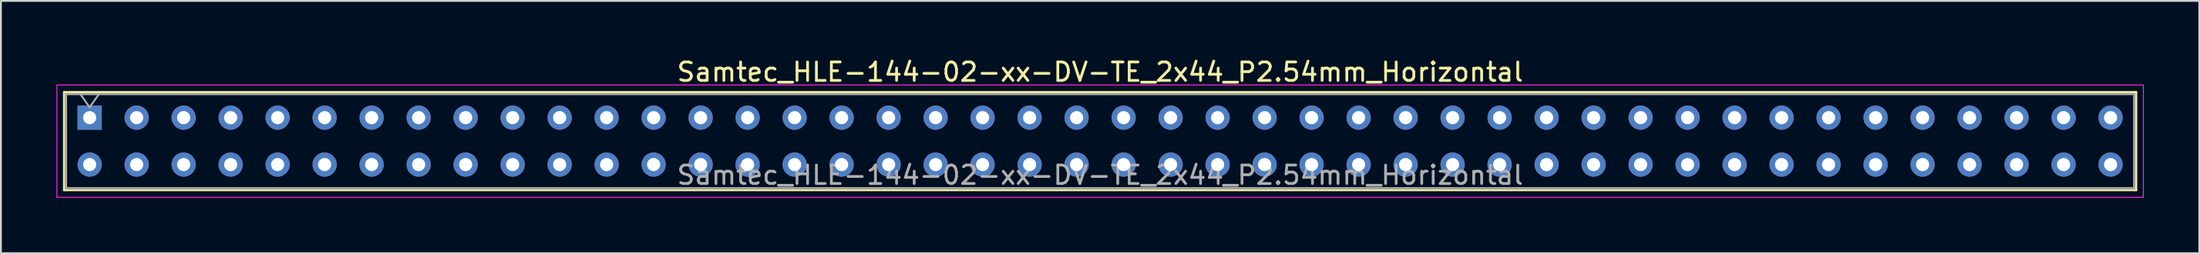
<source format=kicad_pcb>
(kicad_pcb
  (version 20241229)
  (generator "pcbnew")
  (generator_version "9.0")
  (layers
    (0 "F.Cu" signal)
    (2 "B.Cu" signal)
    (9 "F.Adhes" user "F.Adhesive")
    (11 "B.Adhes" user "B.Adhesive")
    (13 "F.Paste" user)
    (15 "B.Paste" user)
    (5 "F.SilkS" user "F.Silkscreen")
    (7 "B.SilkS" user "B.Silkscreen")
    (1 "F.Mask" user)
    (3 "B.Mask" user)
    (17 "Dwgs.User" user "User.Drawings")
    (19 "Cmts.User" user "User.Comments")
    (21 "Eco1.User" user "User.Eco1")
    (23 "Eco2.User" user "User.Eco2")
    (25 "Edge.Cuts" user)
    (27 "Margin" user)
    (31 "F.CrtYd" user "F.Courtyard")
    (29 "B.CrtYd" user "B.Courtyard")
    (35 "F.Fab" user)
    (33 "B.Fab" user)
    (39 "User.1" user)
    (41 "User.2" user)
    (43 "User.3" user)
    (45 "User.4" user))
  (footprint "Samtec_HLE-144-02-xx-DV-TE_2x44_P2.54mm_Horizontal"
    (layer "F.Cu")
    (at 1.795 3.318)
    (property "Reference" "Samtec_HLE-144-02-xx-DV-TE_2x44_P2.54mm_Horizontal" (at 54.61 -2.47 0) (layer "F.SilkS") (effects (font (size 1 1) (thickness 0.15))))
    (attr through_hole)
    (fp_line (start -1.38 -1.38) (end 110.6 -1.38) (stroke (width 0.12) (type solid)) (layer "F.SilkS"))
    (fp_line (start -1.38 3.92) (end -1.38 -1.38) (stroke (width 0.12) (type solid)) (layer "F.SilkS"))
    (fp_line (start 110.6 -1.38) (end 110.6 3.92) (stroke (width 0.12) (type solid)) (layer "F.SilkS"))
    (fp_line (start 110.6 3.92) (end -1.38 3.92) (stroke (width 0.12) (type solid)) (layer "F.SilkS"))
    (fp_line (start -1.77 -1.77) (end 110.99 -1.77) (stroke (width 0.05) (type solid)) (layer "F.CrtYd"))
    (fp_line (start -1.77 4.31) (end -1.77 -1.77) (stroke (width 0.05) (type solid)) (layer "F.CrtYd"))
    (fp_line (start 110.99 -1.77) (end 110.99 4.31) (stroke (width 0.05) (type solid)) (layer "F.CrtYd"))
    (fp_line (start 110.99 4.31) (end -1.77 4.31) (stroke (width 0.05) (type solid)) (layer "F.CrtYd"))
    (fp_line (start -1.27 -1.27) (end 110.49 -1.27) (stroke (width 0.1) (type solid)) (layer "F.Fab"))
    (fp_line (start -1.27 3.81) (end -1.27 -1.27) (stroke (width 0.1) (type solid)) (layer "F.Fab"))
    (fp_line (start -0.5 -1.27) (end 0 -0.563) (stroke (width 0.1) (type solid)) (layer "F.Fab"))
    (fp_line (start 0 -0.563) (end 0.5 -1.27) (stroke (width 0.1) (type solid)) (layer "F.Fab"))
    (fp_line (start 110.49 -1.27) (end 110.49 3.81) (stroke (width 0.1) (type solid)) (layer "F.Fab"))
    (fp_line (start 110.49 3.81) (end -1.27 3.81) (stroke (width 0.1) (type solid)) (layer "F.Fab"))
    (fp_text user "${REFERENCE}" (at 54.61 3.11 0) (layer "F.Fab") (effects (font (size 1 1) (thickness 0.15))))
    (pad "1" thru_hole rect (at 0 0) (size 1.31 1.31) (drill 0.71) (layers "*.Cu" "*.Mask"))
    (pad "2" thru_hole circle (at 0 2.54) (size 1.31 1.31) (drill 0.71) (layers "*.Cu" "*.Mask"))
    (pad "3" thru_hole circle (at 2.54 0) (size 1.31 1.31) (drill 0.71) (layers "*.Cu" "*.Mask"))
    (pad "4" thru_hole circle (at 2.54 2.54) (size 1.31 1.31) (drill 0.71) (layers "*.Cu" "*.Mask"))
    (pad "5" thru_hole circle (at 5.08 0) (size 1.31 1.31) (drill 0.71) (layers "*.Cu" "*.Mask"))
    (pad "6" thru_hole circle (at 5.08 2.54) (size 1.31 1.31) (drill 0.71) (layers "*.Cu" "*.Mask"))
    (pad "7" thru_hole circle (at 7.62 0) (size 1.31 1.31) (drill 0.71) (layers "*.Cu" "*.Mask"))
    (pad "8" thru_hole circle (at 7.62 2.54) (size 1.31 1.31) (drill 0.71) (layers "*.Cu" "*.Mask"))
    (pad "9" thru_hole circle (at 10.16 0) (size 1.31 1.31) (drill 0.71) (layers "*.Cu" "*.Mask"))
    (pad "10" thru_hole circle (at 10.16 2.54) (size 1.31 1.31) (drill 0.71) (layers "*.Cu" "*.Mask"))
    (pad "11" thru_hole circle (at 12.7 0) (size 1.31 1.31) (drill 0.71) (layers "*.Cu" "*.Mask"))
    (pad "12" thru_hole circle (at 12.7 2.54) (size 1.31 1.31) (drill 0.71) (layers "*.Cu" "*.Mask"))
    (pad "13" thru_hole circle (at 15.24 0) (size 1.31 1.31) (drill 0.71) (layers "*.Cu" "*.Mask"))
    (pad "14" thru_hole circle (at 15.24 2.54) (size 1.31 1.31) (drill 0.71) (layers "*.Cu" "*.Mask"))
    (pad "15" thru_hole circle (at 17.78 0) (size 1.31 1.31) (drill 0.71) (layers "*.Cu" "*.Mask"))
    (pad "16" thru_hole circle (at 17.78 2.54) (size 1.31 1.31) (drill 0.71) (layers "*.Cu" "*.Mask"))
    (pad "17" thru_hole circle (at 20.32 0) (size 1.31 1.31) (drill 0.71) (layers "*.Cu" "*.Mask"))
    (pad "18" thru_hole circle (at 20.32 2.54) (size 1.31 1.31) (drill 0.71) (layers "*.Cu" "*.Mask"))
    (pad "19" thru_hole circle (at 22.86 0) (size 1.31 1.31) (drill 0.71) (layers "*.Cu" "*.Mask"))
    (pad "20" thru_hole circle (at 22.86 2.54) (size 1.31 1.31) (drill 0.71) (layers "*.Cu" "*.Mask"))
    (pad "21" thru_hole circle (at 25.4 0) (size 1.31 1.31) (drill 0.71) (layers "*.Cu" "*.Mask"))
    (pad "22" thru_hole circle (at 25.4 2.54) (size 1.31 1.31) (drill 0.71) (layers "*.Cu" "*.Mask"))
    (pad "23" thru_hole circle (at 27.94 0) (size 1.31 1.31) (drill 0.71) (layers "*.Cu" "*.Mask"))
    (pad "24" thru_hole circle (at 27.94 2.54) (size 1.31 1.31) (drill 0.71) (layers "*.Cu" "*.Mask"))
    (pad "25" thru_hole circle (at 30.48 0) (size 1.31 1.31) (drill 0.71) (layers "*.Cu" "*.Mask"))
    (pad "26" thru_hole circle (at 30.48 2.54) (size 1.31 1.31) (drill 0.71) (layers "*.Cu" "*.Mask"))
    (pad "27" thru_hole circle (at 33.02 0) (size 1.31 1.31) (drill 0.71) (layers "*.Cu" "*.Mask"))
    (pad "28" thru_hole circle (at 33.02 2.54) (size 1.31 1.31) (drill 0.71) (layers "*.Cu" "*.Mask"))
    (pad "29" thru_hole circle (at 35.56 0) (size 1.31 1.31) (drill 0.71) (layers "*.Cu" "*.Mask"))
    (pad "30" thru_hole circle (at 35.56 2.54) (size 1.31 1.31) (drill 0.71) (layers "*.Cu" "*.Mask"))
    (pad "31" thru_hole circle (at 38.1 0) (size 1.31 1.31) (drill 0.71) (layers "*.Cu" "*.Mask"))
    (pad "32" thru_hole circle (at 38.1 2.54) (size 1.31 1.31) (drill 0.71) (layers "*.Cu" "*.Mask"))
    (pad "33" thru_hole circle (at 40.64 0) (size 1.31 1.31) (drill 0.71) (layers "*.Cu" "*.Mask"))
    (pad "34" thru_hole circle (at 40.64 2.54) (size 1.31 1.31) (drill 0.71) (layers "*.Cu" "*.Mask"))
    (pad "35" thru_hole circle (at 43.18 0) (size 1.31 1.31) (drill 0.71) (layers "*.Cu" "*.Mask"))
    (pad "36" thru_hole circle (at 43.18 2.54) (size 1.31 1.31) (drill 0.71) (layers "*.Cu" "*.Mask"))
    (pad "37" thru_hole circle (at 45.72 0) (size 1.31 1.31) (drill 0.71) (layers "*.Cu" "*.Mask"))
    (pad "38" thru_hole circle (at 45.72 2.54) (size 1.31 1.31) (drill 0.71) (layers "*.Cu" "*.Mask"))
    (pad "39" thru_hole circle (at 48.26 0) (size 1.31 1.31) (drill 0.71) (layers "*.Cu" "*.Mask"))
    (pad "40" thru_hole circle (at 48.26 2.54) (size 1.31 1.31) (drill 0.71) (layers "*.Cu" "*.Mask"))
    (pad "41" thru_hole circle (at 50.8 0) (size 1.31 1.31) (drill 0.71) (layers "*.Cu" "*.Mask"))
    (pad "42" thru_hole circle (at 50.8 2.54) (size 1.31 1.31) (drill 0.71) (layers "*.Cu" "*.Mask"))
    (pad "43" thru_hole circle (at 53.34 0) (size 1.31 1.31) (drill 0.71) (layers "*.Cu" "*.Mask"))
    (pad "44" thru_hole circle (at 53.34 2.54) (size 1.31 1.31) (drill 0.71) (layers "*.Cu" "*.Mask"))
    (pad "45" thru_hole circle (at 55.88 0) (size 1.31 1.31) (drill 0.71) (layers "*.Cu" "*.Mask"))
    (pad "46" thru_hole circle (at 55.88 2.54) (size 1.31 1.31) (drill 0.71) (layers "*.Cu" "*.Mask"))
    (pad "47" thru_hole circle (at 58.42 0) (size 1.31 1.31) (drill 0.71) (layers "*.Cu" "*.Mask"))
    (pad "48" thru_hole circle (at 58.42 2.54) (size 1.31 1.31) (drill 0.71) (layers "*.Cu" "*.Mask"))
    (pad "49" thru_hole circle (at 60.96 0) (size 1.31 1.31) (drill 0.71) (layers "*.Cu" "*.Mask"))
    (pad "50" thru_hole circle (at 60.96 2.54) (size 1.31 1.31) (drill 0.71) (layers "*.Cu" "*.Mask"))
    (pad "51" thru_hole circle (at 63.5 0) (size 1.31 1.31) (drill 0.71) (layers "*.Cu" "*.Mask"))
    (pad "52" thru_hole circle (at 63.5 2.54) (size 1.31 1.31) (drill 0.71) (layers "*.Cu" "*.Mask"))
    (pad "53" thru_hole circle (at 66.04 0) (size 1.31 1.31) (drill 0.71) (layers "*.Cu" "*.Mask"))
    (pad "54" thru_hole circle (at 66.04 2.54) (size 1.31 1.31) (drill 0.71) (layers "*.Cu" "*.Mask"))
    (pad "55" thru_hole circle (at 68.58 0) (size 1.31 1.31) (drill 0.71) (layers "*.Cu" "*.Mask"))
    (pad "56" thru_hole circle (at 68.58 2.54) (size 1.31 1.31) (drill 0.71) (layers "*.Cu" "*.Mask"))
    (pad "57" thru_hole circle (at 71.12 0) (size 1.31 1.31) (drill 0.71) (layers "*.Cu" "*.Mask"))
    (pad "58" thru_hole circle (at 71.12 2.54) (size 1.31 1.31) (drill 0.71) (layers "*.Cu" "*.Mask"))
    (pad "59" thru_hole circle (at 73.66 0) (size 1.31 1.31) (drill 0.71) (layers "*.Cu" "*.Mask"))
    (pad "60" thru_hole circle (at 73.66 2.54) (size 1.31 1.31) (drill 0.71) (layers "*.Cu" "*.Mask"))
    (pad "61" thru_hole circle (at 76.2 0) (size 1.31 1.31) (drill 0.71) (layers "*.Cu" "*.Mask"))
    (pad "62" thru_hole circle (at 76.2 2.54) (size 1.31 1.31) (drill 0.71) (layers "*.Cu" "*.Mask"))
    (pad "63" thru_hole circle (at 78.74 0) (size 1.31 1.31) (drill 0.71) (layers "*.Cu" "*.Mask"))
    (pad "64" thru_hole circle (at 78.74 2.54) (size 1.31 1.31) (drill 0.71) (layers "*.Cu" "*.Mask"))
    (pad "65" thru_hole circle (at 81.28 0) (size 1.31 1.31) (drill 0.71) (layers "*.Cu" "*.Mask"))
    (pad "66" thru_hole circle (at 81.28 2.54) (size 1.31 1.31) (drill 0.71) (layers "*.Cu" "*.Mask"))
    (pad "67" thru_hole circle (at 83.82 0) (size 1.31 1.31) (drill 0.71) (layers "*.Cu" "*.Mask"))
    (pad "68" thru_hole circle (at 83.82 2.54) (size 1.31 1.31) (drill 0.71) (layers "*.Cu" "*.Mask"))
    (pad "69" thru_hole circle (at 86.36 0) (size 1.31 1.31) (drill 0.71) (layers "*.Cu" "*.Mask"))
    (pad "70" thru_hole circle (at 86.36 2.54) (size 1.31 1.31) (drill 0.71) (layers "*.Cu" "*.Mask"))
    (pad "71" thru_hole circle (at 88.9 0) (size 1.31 1.31) (drill 0.71) (layers "*.Cu" "*.Mask"))
    (pad "72" thru_hole circle (at 88.9 2.54) (size 1.31 1.31) (drill 0.71) (layers "*.Cu" "*.Mask"))
    (pad "73" thru_hole circle (at 91.44 0) (size 1.31 1.31) (drill 0.71) (layers "*.Cu" "*.Mask"))
    (pad "74" thru_hole circle (at 91.44 2.54) (size 1.31 1.31) (drill 0.71) (layers "*.Cu" "*.Mask"))
    (pad "75" thru_hole circle (at 93.98 0) (size 1.31 1.31) (drill 0.71) (layers "*.Cu" "*.Mask"))
    (pad "76" thru_hole circle (at 93.98 2.54) (size 1.31 1.31) (drill 0.71) (layers "*.Cu" "*.Mask"))
    (pad "77" thru_hole circle (at 96.52 0) (size 1.31 1.31) (drill 0.71) (layers "*.Cu" "*.Mask"))
    (pad "78" thru_hole circle (at 96.52 2.54) (size 1.31 1.31) (drill 0.71) (layers "*.Cu" "*.Mask"))
    (pad "79" thru_hole circle (at 99.06 0) (size 1.31 1.31) (drill 0.71) (layers "*.Cu" "*.Mask"))
    (pad "80" thru_hole circle (at 99.06 2.54) (size 1.31 1.31) (drill 0.71) (layers "*.Cu" "*.Mask"))
    (pad "81" thru_hole circle (at 101.6 0) (size 1.31 1.31) (drill 0.71) (layers "*.Cu" "*.Mask"))
    (pad "82" thru_hole circle (at 101.6 2.54) (size 1.31 1.31) (drill 0.71) (layers "*.Cu" "*.Mask"))
    (pad "83" thru_hole circle (at 104.14 0) (size 1.31 1.31) (drill 0.71) (layers "*.Cu" "*.Mask"))
    (pad "84" thru_hole circle (at 104.14 2.54) (size 1.31 1.31) (drill 0.71) (layers "*.Cu" "*.Mask"))
    (pad "85" thru_hole circle (at 106.68 0) (size 1.31 1.31) (drill 0.71) (layers "*.Cu" "*.Mask"))
    (pad "86" thru_hole circle (at 106.68 2.54) (size 1.31 1.31) (drill 0.71) (layers "*.Cu" "*.Mask"))
    (pad "87" thru_hole circle (at 109.22 0) (size 1.31 1.31) (drill 0.71) (layers "*.Cu" "*.Mask"))
    (pad "88" thru_hole circle (at 109.22 2.54) (size 1.31 1.31) (drill 0.71) (layers "*.Cu" "*.Mask")))
  (gr_rect
    (start -3 -3)
    (end 115.81 10.653)
    (stroke (width 0.1) (type default))
    (fill no)
    (layer "Edge.Cuts")))
</source>
